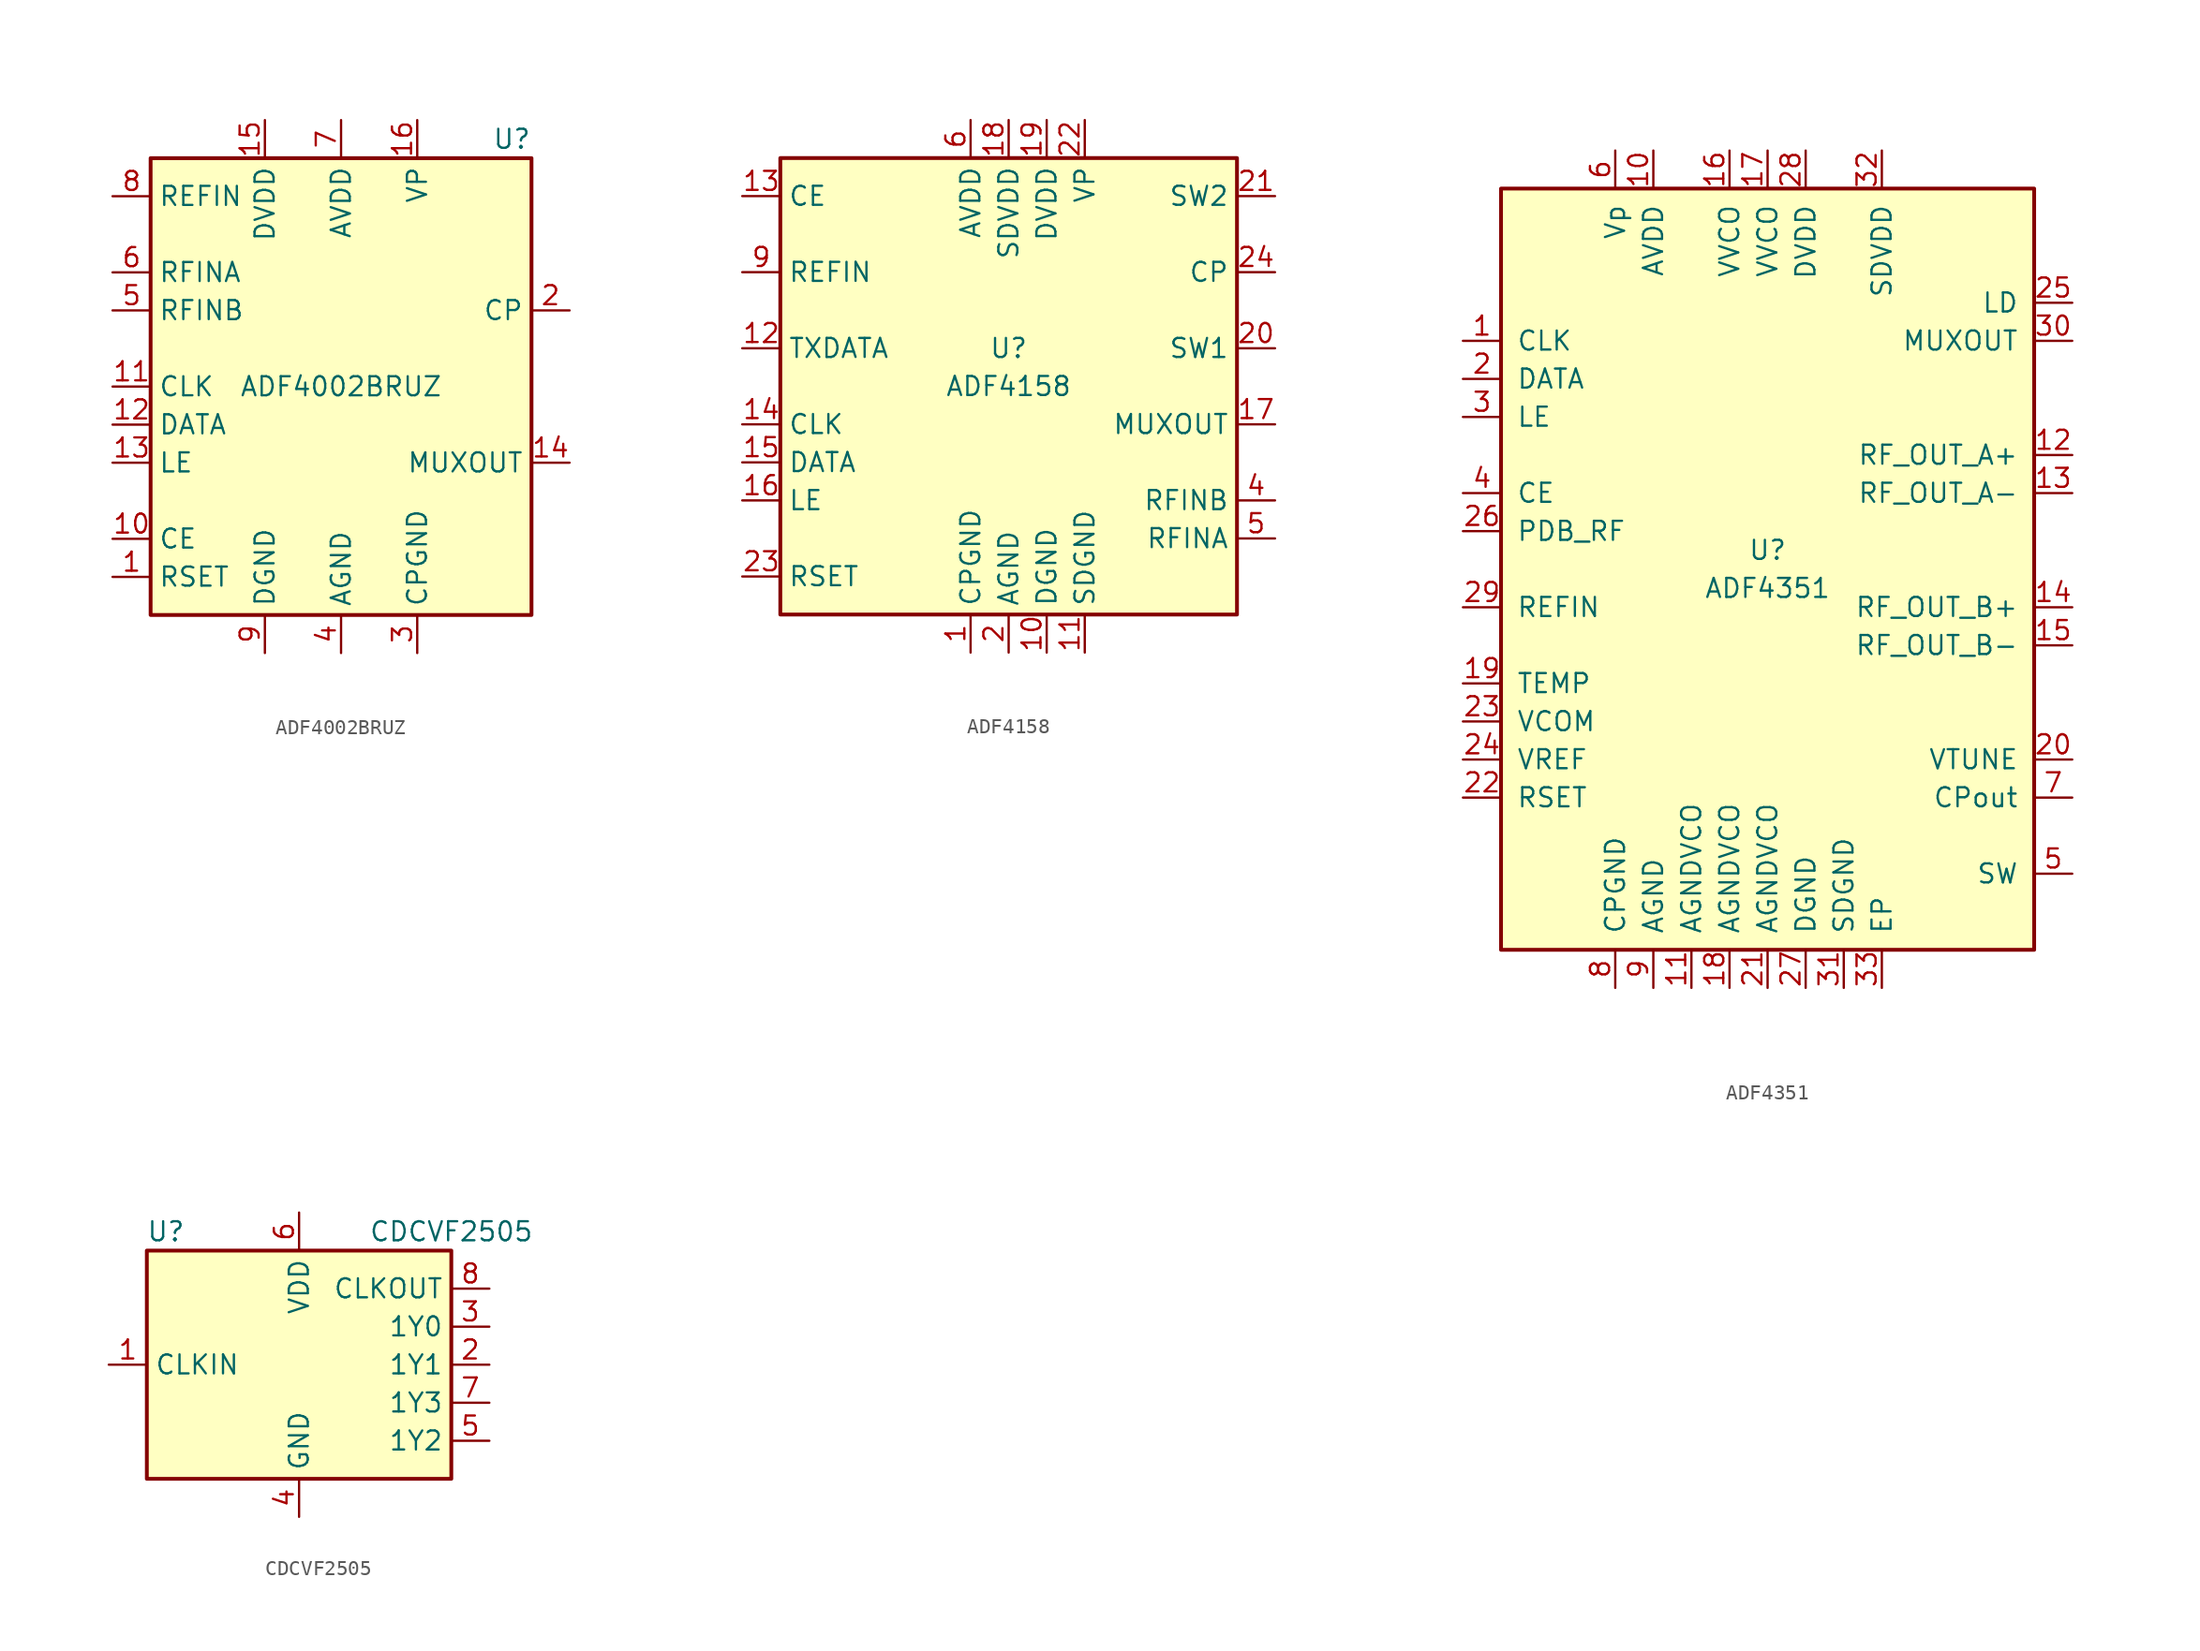
<source format=kicad_sym>
(kicad_symbol_lib
  (version 20211014)
  (generator kicad_symbol_editor)
  (symbol "ADF4002BRUZ"
    (property "Reference" "U"
      (at 12.7 16.51 0)
      (effects (font (size 1.27 1.27)) (justify right)))
    (property "Value" "ADF4002BRUZ"
      (at 0 0 0)
      (effects (font (size 1.27 1.27))))
    (symbol "ADF4002BRUZ_0_1"
      (rectangle (start -12.7 15.24) (end 12.7 -15.24) (stroke (width 0.254) (type default) (color 0 0 0 0)) (fill (type background))))
    (symbol "ADF4002BRUZ_1_1"
      (pin input line (at -15.24 -12.7 0) (length 2.54) (name "RSET" (effects (font (size 1.27 1.27)))) (number "1" (effects (font (size 1.27 1.27)))))
      (pin input line (at -15.24 -10.16 0) (length 2.54) (name "CE" (effects (font (size 1.27 1.27)))) (number "10" (effects (font (size 1.27 1.27)))))
      (pin input line (at -15.24 0 0) (length 2.54) (name "CLK" (effects (font (size 1.27 1.27)))) (number "11" (effects (font (size 1.27 1.27)))))
      (pin input line (at -15.24 -2.54 0) (length 2.54) (name "DATA" (effects (font (size 1.27 1.27)))) (number "12" (effects (font (size 1.27 1.27)))))
      (pin input line (at -15.24 -5.08 0) (length 2.54) (name "LE" (effects (font (size 1.27 1.27)))) (number "13" (effects (font (size 1.27 1.27)))))
      (pin output line (at 15.24 -5.08 180) (length 2.54) (name "MUXOUT" (effects (font (size 1.27 1.27)))) (number "14" (effects (font (size 1.27 1.27)))))
      (pin power_in line (at -5.08 17.78 270) (length 2.54) (name "DVDD" (effects (font (size 1.27 1.27)))) (number "15" (effects (font (size 1.27 1.27)))))
      (pin power_in line (at 5.08 17.78 270) (length 2.54) (name "VP" (effects (font (size 1.27 1.27)))) (number "16" (effects (font (size 1.27 1.27)))))
      (pin output line (at 15.24 5.08 180) (length 2.54) (name "CP" (effects (font (size 1.27 1.27)))) (number "2" (effects (font (size 1.27 1.27)))))
      (pin power_in line (at 5.08 -17.78 90) (length 2.54) (name "CPGND" (effects (font (size 1.27 1.27)))) (number "3" (effects (font (size 1.27 1.27)))))
      (pin power_in line (at 0 -17.78 90) (length 2.54) (name "AGND" (effects (font (size 1.27 1.27)))) (number "4" (effects (font (size 1.27 1.27)))))
      (pin input line (at -15.24 5.08 0) (length 2.54) (name "RFINB" (effects (font (size 1.27 1.27)))) (number "5" (effects (font (size 1.27 1.27)))))
      (pin input line (at -15.24 7.62 0) (length 2.54) (name "RFINA" (effects (font (size 1.27 1.27)))) (number "6" (effects (font (size 1.27 1.27)))))
      (pin power_in line (at 0 17.78 270) (length 2.54) (name "AVDD" (effects (font (size 1.27 1.27)))) (number "7" (effects (font (size 1.27 1.27)))))
      (pin input line (at -15.24 12.7 0) (length 2.54) (name "REFIN" (effects (font (size 1.27 1.27)))) (number "8" (effects (font (size 1.27 1.27)))))
      (pin power_in line (at -5.08 -17.78 90) (length 2.54) (name "DGND" (effects (font (size 1.27 1.27)))) (number "9" (effects (font (size 1.27 1.27)))))))
  (symbol "ADF4158"
    (property "Reference" "U"
      (at 0 2.54 0)
      (effects (font (size 1.27 1.27))))
    (property "Value" "ADF4158"
      (at 0 0 0)
      (effects (font (size 1.27 1.27))))
    (symbol "ADF4158_0_1"
      (rectangle (start -15.24 15.24) (end 15.24 -15.24) (stroke (width 0.254) (type default) (color 0 0 0 0)) (fill (type background))))
    (symbol "ADF4158_1_1"
      (pin power_in line (at -2.54 -17.78 90) (length 2.54) (name "CPGND" (effects (font (size 1.27 1.27)))) (number "1" (effects (font (size 1.27 1.27)))))
      (pin power_in line (at 2.54 -17.78 90) (length 2.54) (name "DGND" (effects (font (size 1.27 1.27)))) (number "10" (effects (font (size 1.27 1.27)))))
      (pin power_in line (at 5.08 -17.78 90) (length 2.54) (name "SDGND" (effects (font (size 1.27 1.27)))) (number "11" (effects (font (size 1.27 1.27)))))
      (pin input line (at -17.78 2.54 0) (length 2.54) (name "TXDATA" (effects (font (size 1.27 1.27)))) (number "12" (effects (font (size 1.27 1.27)))))
      (pin input line (at -17.78 12.7 0) (length 2.54) (name "CE" (effects (font (size 1.27 1.27)))) (number "13" (effects (font (size 1.27 1.27)))))
      (pin input line (at -17.78 -2.54 0) (length 2.54) (name "CLK" (effects (font (size 1.27 1.27)))) (number "14" (effects (font (size 1.27 1.27)))))
      (pin input line (at -17.78 -5.08 0) (length 2.54) (name "DATA" (effects (font (size 1.27 1.27)))) (number "15" (effects (font (size 1.27 1.27)))))
      (pin input line (at -17.78 -7.62 0) (length 2.54) (name "LE" (effects (font (size 1.27 1.27)))) (number "16" (effects (font (size 1.27 1.27)))))
      (pin output line (at 17.78 -2.54 180) (length 2.54) (name "MUXOUT" (effects (font (size 1.27 1.27)))) (number "17" (effects (font (size 1.27 1.27)))))
      (pin power_in line (at 0 17.78 270) (length 2.54) (name "SDVDD" (effects (font (size 1.27 1.27)))) (number "18" (effects (font (size 1.27 1.27)))))
      (pin power_in line (at 2.54 17.78 270) (length 2.54) (name "DVDD" (effects (font (size 1.27 1.27)))) (number "19" (effects (font (size 1.27 1.27)))))
      (pin power_in line (at 0 -17.78 90) (length 2.54) (name "AGND" (effects (font (size 1.27 1.27)))) (number "2" (effects (font (size 1.27 1.27)))))
      (pin passive line (at 17.78 2.54 180) (length 2.54) (name "SW1" (effects (font (size 1.27 1.27)))) (number "20" (effects (font (size 1.27 1.27)))))
      (pin passive line (at 17.78 12.7 180) (length 2.54) (name "SW2" (effects (font (size 1.27 1.27)))) (number "21" (effects (font (size 1.27 1.27)))))
      (pin power_in line (at 5.08 17.78 270) (length 2.54) (name "VP" (effects (font (size 1.27 1.27)))) (number "22" (effects (font (size 1.27 1.27)))))
      (pin passive line (at -17.78 -12.7 0) (length 2.54) (name "RSET" (effects (font (size 1.27 1.27)))) (number "23" (effects (font (size 1.27 1.27)))))
      (pin output line (at 17.78 7.62 180) (length 2.54) (name "CP" (effects (font (size 1.27 1.27)))) (number "24" (effects (font (size 1.27 1.27)))))
      (pin passive line (at 0 -17.78 90) (length 2.54) hide (name "AGND" (effects (font (size 1.27 1.27)))) (number "25" (effects (font (size 1.27 1.27)))))
      (pin passive line (at 0 -17.78 90) (length 2.54) hide (name "AGND" (effects (font (size 1.27 1.27)))) (number "3" (effects (font (size 1.27 1.27)))))
      (pin input line (at 17.78 -7.62 180) (length 2.54) (name "RFINB" (effects (font (size 1.27 1.27)))) (number "4" (effects (font (size 1.27 1.27)))))
      (pin input line (at 17.78 -10.16 180) (length 2.54) (name "RFINA" (effects (font (size 1.27 1.27)))) (number "5" (effects (font (size 1.27 1.27)))))
      (pin power_in line (at -2.54 17.78 270) (length 2.54) (name "AVDD" (effects (font (size 1.27 1.27)))) (number "6" (effects (font (size 1.27 1.27)))))
      (pin passive line (at -2.54 17.78 270) (length 2.54) hide (name "AVDD" (effects (font (size 1.27 1.27)))) (number "7" (effects (font (size 1.27 1.27)))))
      (pin passive line (at -2.54 17.78 270) (length 2.54) hide (name "AVDD" (effects (font (size 1.27 1.27)))) (number "8" (effects (font (size 1.27 1.27)))))
      (pin input line (at -17.78 7.62 0) (length 2.54) (name "REFIN" (effects (font (size 1.27 1.27)))) (number "9" (effects (font (size 1.27 1.27)))))))
  (symbol "ADF4351"
    (pin_names
      (offset 1.016))
    (property "Reference" "U"
      (at 0 1.27 0)
      (effects (font (size 1.27 1.27))))
    (property "Value" "ADF4351"
      (at 0 -1.27 0)
      (effects (font (size 1.27 1.27))))
    (symbol "ADF4351_0_1"
      (rectangle (start 17.78 25.4) (end -17.78 -25.4) (stroke (width 0.254) (type default) (color 0 0 0 0)) (fill (type background))))
    (symbol "ADF4351_1_1"
      (pin input line (at -20.32 15.24 0) (length 2.54) (name "CLK" (effects (font (size 1.27 1.27)))) (number "1" (effects (font (size 1.27 1.27)))))
      (pin power_in line (at -7.62 27.94 270) (length 2.54) (name "AVDD" (effects (font (size 1.27 1.27)))) (number "10" (effects (font (size 1.27 1.27)))))
      (pin power_in line (at -5.08 -27.94 90) (length 2.54) (name "AGNDVCO" (effects (font (size 1.27 1.27)))) (number "11" (effects (font (size 1.27 1.27)))))
      (pin output line (at 20.32 7.62 180) (length 2.54) (name "RF_OUT_A+" (effects (font (size 1.27 1.27)))) (number "12" (effects (font (size 1.27 1.27)))))
      (pin output line (at 20.32 5.08 180) (length 2.54) (name "RF_OUT_A-" (effects (font (size 1.27 1.27)))) (number "13" (effects (font (size 1.27 1.27)))))
      (pin output line (at 20.32 -2.54 180) (length 2.54) (name "RF_OUT_B+" (effects (font (size 1.27 1.27)))) (number "14" (effects (font (size 1.27 1.27)))))
      (pin output line (at 20.32 -5.08 180) (length 2.54) (name "RF_OUT_B-" (effects (font (size 1.27 1.27)))) (number "15" (effects (font (size 1.27 1.27)))))
      (pin power_in line (at -2.54 27.94 270) (length 2.54) (name "VVCO" (effects (font (size 1.27 1.27)))) (number "16" (effects (font (size 1.27 1.27)))))
      (pin power_in line (at 0 27.94 270) (length 2.54) (name "VVCO" (effects (font (size 1.27 1.27)))) (number "17" (effects (font (size 1.27 1.27)))))
      (pin power_in line (at -2.54 -27.94 90) (length 2.54) (name "AGNDVCO" (effects (font (size 1.27 1.27)))) (number "18" (effects (font (size 1.27 1.27)))))
      (pin input line (at -20.32 -7.62 0) (length 2.54) (name "TEMP" (effects (font (size 1.27 1.27)))) (number "19" (effects (font (size 1.27 1.27)))))
      (pin input line (at -20.32 12.7 0) (length 2.54) (name "DATA" (effects (font (size 1.27 1.27)))) (number "2" (effects (font (size 1.27 1.27)))))
      (pin input line (at 20.32 -12.7 180) (length 2.54) (name "VTUNE" (effects (font (size 1.27 1.27)))) (number "20" (effects (font (size 1.27 1.27)))))
      (pin power_in line (at 0 -27.94 90) (length 2.54) (name "AGNDVCO" (effects (font (size 1.27 1.27)))) (number "21" (effects (font (size 1.27 1.27)))))
      (pin input line (at -20.32 -15.24 0) (length 2.54) (name "RSET" (effects (font (size 1.27 1.27)))) (number "22" (effects (font (size 1.27 1.27)))))
      (pin input line (at -20.32 -10.16 0) (length 2.54) (name "VCOM" (effects (font (size 1.27 1.27)))) (number "23" (effects (font (size 1.27 1.27)))))
      (pin input line (at -20.32 -12.7 0) (length 2.54) (name "VREF" (effects (font (size 1.27 1.27)))) (number "24" (effects (font (size 1.27 1.27)))))
      (pin input line (at 20.32 17.78 180) (length 2.54) (name "LD" (effects (font (size 1.27 1.27)))) (number "25" (effects (font (size 1.27 1.27)))))
      (pin input line (at -20.32 2.54 0) (length 2.54) (name "PDB_RF" (effects (font (size 1.27 1.27)))) (number "26" (effects (font (size 1.27 1.27)))))
      (pin power_in line (at 2.54 -27.94 90) (length 2.54) (name "DGND" (effects (font (size 1.27 1.27)))) (number "27" (effects (font (size 1.27 1.27)))))
      (pin power_in line (at 2.54 27.94 270) (length 2.54) (name "DVDD" (effects (font (size 1.27 1.27)))) (number "28" (effects (font (size 1.27 1.27)))))
      (pin input line (at -20.32 -2.54 0) (length 2.54) (name "REFIN" (effects (font (size 1.27 1.27)))) (number "29" (effects (font (size 1.27 1.27)))))
      (pin input line (at -20.32 10.16 0) (length 2.54) (name "LE" (effects (font (size 1.27 1.27)))) (number "3" (effects (font (size 1.27 1.27)))))
      (pin output line (at 20.32 15.24 180) (length 2.54) (name "MUXOUT" (effects (font (size 1.27 1.27)))) (number "30" (effects (font (size 1.27 1.27)))))
      (pin power_in line (at 5.08 -27.94 90) (length 2.54) (name "SDGND" (effects (font (size 1.27 1.27)))) (number "31" (effects (font (size 1.27 1.27)))))
      (pin power_in line (at 7.62 27.94 270) (length 2.54) (name "SDVDD" (effects (font (size 1.27 1.27)))) (number "32" (effects (font (size 1.27 1.27)))))
      (pin power_in line (at 7.62 -27.94 90) (length 2.54) (name "EP" (effects (font (size 1.27 1.27)))) (number "33" (effects (font (size 1.27 1.27)))))
      (pin input line (at -20.32 5.08 0) (length 2.54) (name "CE" (effects (font (size 1.27 1.27)))) (number "4" (effects (font (size 1.27 1.27)))))
      (pin input line (at 20.32 -20.32 180) (length 2.54) (name "SW" (effects (font (size 1.27 1.27)))) (number "5" (effects (font (size 1.27 1.27)))))
      (pin power_in line (at -10.16 27.94 270) (length 2.54) (name "Vp" (effects (font (size 1.27 1.27)))) (number "6" (effects (font (size 1.27 1.27)))))
      (pin input line (at 20.32 -15.24 180) (length 2.54) (name "CPout" (effects (font (size 1.27 1.27)))) (number "7" (effects (font (size 1.27 1.27)))))
      (pin power_in line (at -10.16 -27.94 90) (length 2.54) (name "CPGND" (effects (font (size 1.27 1.27)))) (number "8" (effects (font (size 1.27 1.27)))))
      (pin power_in line (at -7.62 -27.94 90) (length 2.54) (name "AGND" (effects (font (size 1.27 1.27)))) (number "9" (effects (font (size 1.27 1.27)))))))
  (symbol "CDCVF2505"
    (property "Reference" "U"
      (at -8.89 8.89 0)
      (effects (font (size 1.27 1.27))))
    (property "Value" "CDCVF2505"
      (at 10.16 8.89 0)
      (effects (font (size 1.27 1.27))))
    (symbol "CDCVF2505_0_1"
      (rectangle (start -10.16 7.62) (end 10.16 -7.62) (stroke (width 0.254) (type default) (color 0 0 0 0)) (fill (type background))))
    (symbol "CDCVF2505_1_1"
      (pin input line (at -12.7 0 0) (length 2.54) (name "CLKIN" (effects (font (size 1.27 1.27)))) (number "1" (effects (font (size 1.27 1.27)))))
      (pin tri_state line (at 12.7 0 180) (length 2.54) (name "1Y1" (effects (font (size 1.27 1.27)))) (number "2" (effects (font (size 1.27 1.27)))))
      (pin tri_state line (at 12.7 2.54 180) (length 2.54) (name "1Y0" (effects (font (size 1.27 1.27)))) (number "3" (effects (font (size 1.27 1.27)))))
      (pin power_in line (at 0 -10.16 90) (length 2.54) (name "GND" (effects (font (size 1.27 1.27)))) (number "4" (effects (font (size 1.27 1.27)))))
      (pin tri_state line (at 12.7 -5.08 180) (length 2.54) (name "1Y2" (effects (font (size 1.27 1.27)))) (number "5" (effects (font (size 1.27 1.27)))))
      (pin power_in line (at 0 10.16 270) (length 2.54) (name "VDD" (effects (font (size 1.27 1.27)))) (number "6" (effects (font (size 1.27 1.27)))))
      (pin tri_state line (at 12.7 -2.54 180) (length 2.54) (name "1Y3" (effects (font (size 1.27 1.27)))) (number "7" (effects (font (size 1.27 1.27)))))
      (pin tri_state line (at 12.7 5.08 180) (length 2.54) (name "CLKOUT" (effects (font (size 1.27 1.27)))) (number "8" (effects (font (size 1.27 1.27))))))))
</source>
